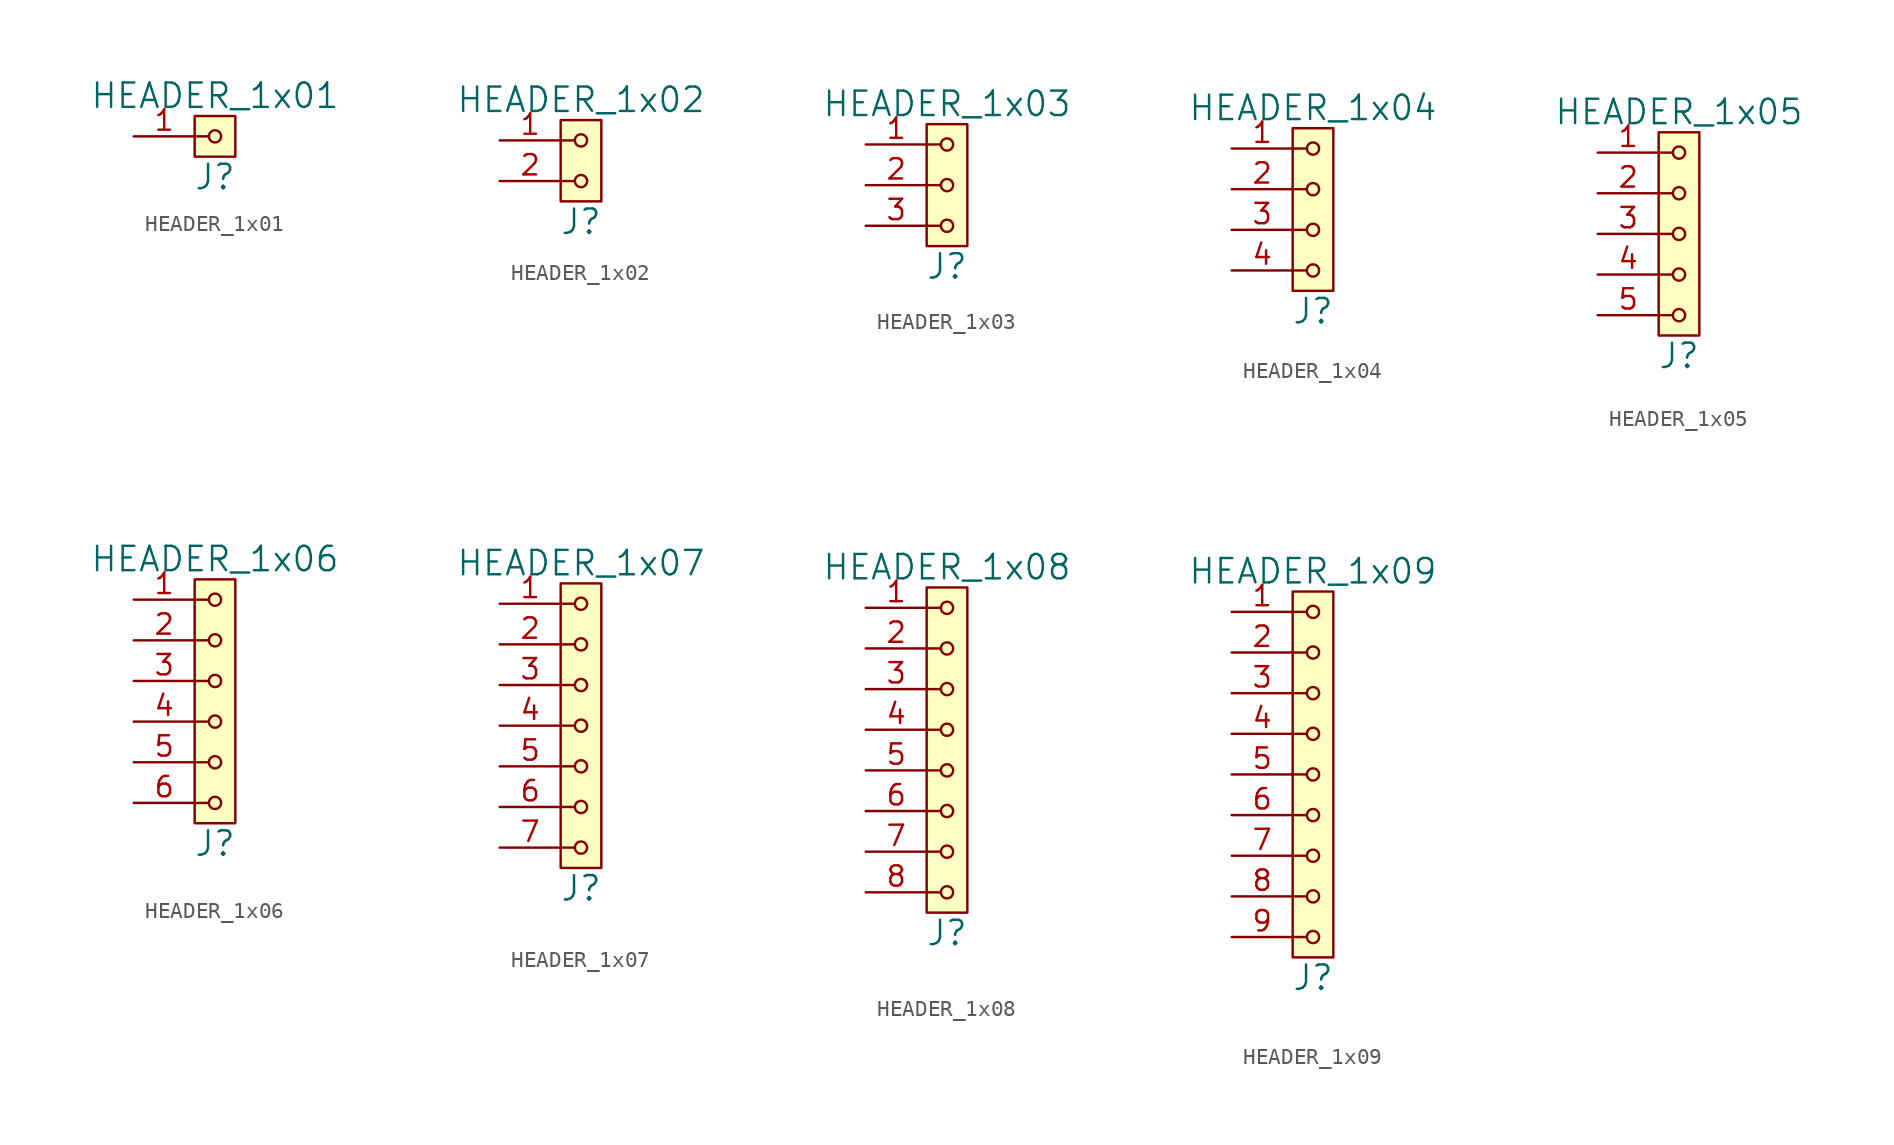
<source format=kicad_sym>
(kicad_symbol_lib
  (version 20211014)
  (generator kicad_symbol_editor)
  (symbol "HEADER_1x01"
    (pin_names
      (offset 1.016))
    (property "Reference" "J"
      (at 0 -2.54 0)
      (effects (font (size 1.524 1.524))))
    (property "Value" "HEADER_1x01"
      (at 0 2.54 0)
      (effects (font (size 1.524 1.524))))
    (property "Footprint" ""
      (at 0 0 0)
      (effects (font (size 1.524 1.524))))
    (property "Datasheet" ""
      (at 0 0 0)
      (effects (font (size 1.524 1.524))))
    (symbol "HEADER_1x01_0_1"
      (rectangle (start -1.27 1.27) (end 1.27 -1.27) (stroke (width 0) (type default) (color 0 0 0 0)) (fill (type background)))
      (polyline (pts (xy -1.27 0) (xy -0.381 0)) (stroke (width 0) (type default) (color 0 0 0 0)) (fill (type none)))
      (circle (center 0 0) (radius 0.381) (stroke (width 0) (type default) (color 0 0 0 0)) (fill (type none))))
    (symbol "HEADER_1x01_1_1"
      (pin input line (at -5.08 0 0) (length 3.81) (name "~" (effects (font (size 1.27 1.27)))) (number "1" (effects (font (size 1.27 1.27)))))))
  (symbol "HEADER_1x02"
    (pin_names
      (offset 1.016))
    (property "Reference" "J"
      (at 0 -3.81 0)
      (effects (font (size 1.524 1.524))))
    (property "Value" "HEADER_1x02"
      (at 0 3.81 0)
      (effects (font (size 1.524 1.524))))
    (property "Footprint" ""
      (at 0 1.27 0)
      (effects (font (size 1.524 1.524))))
    (property "Datasheet" ""
      (at 0 1.27 0)
      (effects (font (size 1.524 1.524))))
    (symbol "HEADER_1x02_0_1"
      (rectangle (start -1.27 2.54) (end 1.27 -2.54) (stroke (width 0) (type default) (color 0 0 0 0)) (fill (type background)))
      (circle (center 0 -1.27) (radius 0.381) (stroke (width 0) (type default) (color 0 0 0 0)) (fill (type none)))
      (polyline (pts (xy -1.27 -1.27) (xy -0.381 -1.27)) (stroke (width 0) (type default) (color 0 0 0 0)) (fill (type none)))
      (polyline (pts (xy -1.27 1.27) (xy -0.381 1.27)) (stroke (width 0) (type default) (color 0 0 0 0)) (fill (type none)))
      (circle (center 0 1.27) (radius 0.381) (stroke (width 0) (type default) (color 0 0 0 0)) (fill (type none))))
    (symbol "HEADER_1x02_1_1"
      (pin input line (at -5.08 1.27 0) (length 3.81) (name "~" (effects (font (size 1.27 1.27)))) (number "1" (effects (font (size 1.27 1.27)))))
      (pin input line (at -5.08 -1.27 0) (length 3.81) (name "~" (effects (font (size 1.27 1.27)))) (number "2" (effects (font (size 1.27 1.27)))))))
  (symbol "HEADER_1x03"
    (pin_names
      (offset 1.016))
    (property "Reference" "J"
      (at 0 -5.08 0)
      (effects (font (size 1.524 1.524))))
    (property "Value" "HEADER_1x03"
      (at 0 5.08 0)
      (effects (font (size 1.524 1.524))))
    (property "Footprint" ""
      (at 0 2.54 0)
      (effects (font (size 1.524 1.524))))
    (property "Datasheet" ""
      (at 0 2.54 0)
      (effects (font (size 1.524 1.524))))
    (symbol "HEADER_1x03_0_1"
      (rectangle (start -1.27 3.81) (end 1.27 -3.81) (stroke (width 0) (type default) (color 0 0 0 0)) (fill (type background)))
      (circle (center 0 -2.54) (radius 0.381) (stroke (width 0) (type default) (color 0 0 0 0)) (fill (type none)))
      (polyline (pts (xy -1.27 -2.54) (xy -0.381 -2.54)) (stroke (width 0) (type default) (color 0 0 0 0)) (fill (type none)))
      (polyline (pts (xy -1.27 0) (xy -0.381 0)) (stroke (width 0) (type default) (color 0 0 0 0)) (fill (type none)))
      (polyline (pts (xy -1.27 2.54) (xy -0.381 2.54)) (stroke (width 0) (type default) (color 0 0 0 0)) (fill (type none)))
      (circle (center 0 0) (radius 0.381) (stroke (width 0) (type default) (color 0 0 0 0)) (fill (type none)))
      (circle (center 0 2.54) (radius 0.381) (stroke (width 0) (type default) (color 0 0 0 0)) (fill (type none))))
    (symbol "HEADER_1x03_1_1"
      (pin input line (at -5.08 2.54 0) (length 3.81) (name "~" (effects (font (size 1.27 1.27)))) (number "1" (effects (font (size 1.27 1.27)))))
      (pin input line (at -5.08 0 0) (length 3.81) (name "~" (effects (font (size 1.27 1.27)))) (number "2" (effects (font (size 1.27 1.27)))))
      (pin input line (at -5.08 -2.54 0) (length 3.81) (name "~" (effects (font (size 1.27 1.27)))) (number "3" (effects (font (size 1.27 1.27)))))))
  (symbol "HEADER_1x04"
    (pin_names
      (offset 1.016))
    (property "Reference" "J"
      (at 0 -6.35 0)
      (effects (font (size 1.524 1.524))))
    (property "Value" "HEADER_1x04"
      (at 0 6.35 0)
      (effects (font (size 1.524 1.524))))
    (property "Footprint" ""
      (at 0 3.81 0)
      (effects (font (size 1.524 1.524))))
    (property "Datasheet" ""
      (at 0 3.81 0)
      (effects (font (size 1.524 1.524))))
    (symbol "HEADER_1x04_0_1"
      (rectangle (start -1.27 5.08) (end 1.27 -5.08) (stroke (width 0) (type default) (color 0 0 0 0)) (fill (type background)))
      (circle (center 0 -3.81) (radius 0.381) (stroke (width 0) (type default) (color 0 0 0 0)) (fill (type none)))
      (circle (center 0 -1.27) (radius 0.381) (stroke (width 0) (type default) (color 0 0 0 0)) (fill (type none)))
      (polyline (pts (xy -1.27 -3.81) (xy -0.381 -3.81)) (stroke (width 0) (type default) (color 0 0 0 0)) (fill (type none)))
      (polyline (pts (xy -1.27 -1.27) (xy -0.381 -1.27)) (stroke (width 0) (type default) (color 0 0 0 0)) (fill (type none)))
      (polyline (pts (xy -1.27 1.27) (xy -0.381 1.27)) (stroke (width 0) (type default) (color 0 0 0 0)) (fill (type none)))
      (polyline (pts (xy -1.27 3.81) (xy -0.381 3.81)) (stroke (width 0) (type default) (color 0 0 0 0)) (fill (type none)))
      (circle (center 0 1.27) (radius 0.381) (stroke (width 0) (type default) (color 0 0 0 0)) (fill (type none)))
      (circle (center 0 3.81) (radius 0.381) (stroke (width 0) (type default) (color 0 0 0 0)) (fill (type none))))
    (symbol "HEADER_1x04_1_1"
      (pin input line (at -5.08 3.81 0) (length 3.81) (name "~" (effects (font (size 1.27 1.27)))) (number "1" (effects (font (size 1.27 1.27)))))
      (pin input line (at -5.08 1.27 0) (length 3.81) (name "~" (effects (font (size 1.27 1.27)))) (number "2" (effects (font (size 1.27 1.27)))))
      (pin input line (at -5.08 -1.27 0) (length 3.81) (name "~" (effects (font (size 1.27 1.27)))) (number "3" (effects (font (size 1.27 1.27)))))
      (pin input line (at -5.08 -3.81 0) (length 3.81) (name "~" (effects (font (size 1.27 1.27)))) (number "4" (effects (font (size 1.27 1.27)))))))
  (symbol "HEADER_1x05"
    (pin_names
      (offset 1.016))
    (property "Reference" "J"
      (at 0 -7.62 0)
      (effects (font (size 1.524 1.524))))
    (property "Value" "HEADER_1x05"
      (at 0 7.62 0)
      (effects (font (size 1.524 1.524))))
    (property "Footprint" ""
      (at 0 5.08 0)
      (effects (font (size 1.524 1.524))))
    (property "Datasheet" ""
      (at 0 5.08 0)
      (effects (font (size 1.524 1.524))))
    (symbol "HEADER_1x05_0_1"
      (rectangle (start -1.27 6.35) (end 1.27 -6.35) (stroke (width 0) (type default) (color 0 0 0 0)) (fill (type background)))
      (circle (center 0 -5.08) (radius 0.381) (stroke (width 0) (type default) (color 0 0 0 0)) (fill (type none)))
      (circle (center 0 -2.54) (radius 0.381) (stroke (width 0) (type default) (color 0 0 0 0)) (fill (type none)))
      (polyline (pts (xy -1.27 -5.08) (xy -0.381 -5.08)) (stroke (width 0) (type default) (color 0 0 0 0)) (fill (type none)))
      (polyline (pts (xy -1.27 -2.54) (xy -0.381 -2.54)) (stroke (width 0) (type default) (color 0 0 0 0)) (fill (type none)))
      (polyline (pts (xy -1.27 0) (xy -0.381 0)) (stroke (width 0) (type default) (color 0 0 0 0)) (fill (type none)))
      (polyline (pts (xy -1.27 2.54) (xy -0.381 2.54)) (stroke (width 0) (type default) (color 0 0 0 0)) (fill (type none)))
      (polyline (pts (xy -1.27 5.08) (xy -0.381 5.08)) (stroke (width 0) (type default) (color 0 0 0 0)) (fill (type none)))
      (circle (center 0 0) (radius 0.381) (stroke (width 0) (type default) (color 0 0 0 0)) (fill (type none)))
      (circle (center 0 2.54) (radius 0.381) (stroke (width 0) (type default) (color 0 0 0 0)) (fill (type none)))
      (circle (center 0 5.08) (radius 0.381) (stroke (width 0) (type default) (color 0 0 0 0)) (fill (type none))))
    (symbol "HEADER_1x05_1_1"
      (pin input line (at -5.08 5.08 0) (length 3.81) (name "~" (effects (font (size 1.27 1.27)))) (number "1" (effects (font (size 1.27 1.27)))))
      (pin input line (at -5.08 2.54 0) (length 3.81) (name "~" (effects (font (size 1.27 1.27)))) (number "2" (effects (font (size 1.27 1.27)))))
      (pin input line (at -5.08 0 0) (length 3.81) (name "~" (effects (font (size 1.27 1.27)))) (number "3" (effects (font (size 1.27 1.27)))))
      (pin input line (at -5.08 -2.54 0) (length 3.81) (name "~" (effects (font (size 1.27 1.27)))) (number "4" (effects (font (size 1.27 1.27)))))
      (pin input line (at -5.08 -5.08 0) (length 3.81) (name "~" (effects (font (size 1.27 1.27)))) (number "5" (effects (font (size 1.27 1.27)))))))
  (symbol "HEADER_1x06"
    (pin_names
      (offset 1.016))
    (property "Reference" "J"
      (at 0 -8.89 0)
      (effects (font (size 1.524 1.524))))
    (property "Value" "HEADER_1x06"
      (at 0 8.89 0)
      (effects (font (size 1.524 1.524))))
    (property "Footprint" ""
      (at 0 6.35 0)
      (effects (font (size 1.524 1.524))))
    (property "Datasheet" ""
      (at 0 6.35 0)
      (effects (font (size 1.524 1.524))))
    (symbol "HEADER_1x06_0_1"
      (rectangle (start -1.27 7.62) (end 1.27 -7.62) (stroke (width 0) (type default) (color 0 0 0 0)) (fill (type background)))
      (circle (center 0 -6.35) (radius 0.381) (stroke (width 0) (type default) (color 0 0 0 0)) (fill (type none)))
      (circle (center 0 -3.81) (radius 0.381) (stroke (width 0) (type default) (color 0 0 0 0)) (fill (type none)))
      (circle (center 0 -1.27) (radius 0.381) (stroke (width 0) (type default) (color 0 0 0 0)) (fill (type none)))
      (polyline (pts (xy -1.27 -6.35) (xy -0.381 -6.35)) (stroke (width 0) (type default) (color 0 0 0 0)) (fill (type none)))
      (polyline (pts (xy -1.27 -3.81) (xy -0.381 -3.81)) (stroke (width 0) (type default) (color 0 0 0 0)) (fill (type none)))
      (polyline (pts (xy -1.27 -1.27) (xy -0.381 -1.27)) (stroke (width 0) (type default) (color 0 0 0 0)) (fill (type none)))
      (polyline (pts (xy -1.27 1.27) (xy -0.381 1.27)) (stroke (width 0) (type default) (color 0 0 0 0)) (fill (type none)))
      (polyline (pts (xy -1.27 3.81) (xy -0.381 3.81)) (stroke (width 0) (type default) (color 0 0 0 0)) (fill (type none)))
      (polyline (pts (xy -1.27 6.35) (xy -0.381 6.35)) (stroke (width 0) (type default) (color 0 0 0 0)) (fill (type none)))
      (circle (center 0 1.27) (radius 0.381) (stroke (width 0) (type default) (color 0 0 0 0)) (fill (type none)))
      (circle (center 0 3.81) (radius 0.381) (stroke (width 0) (type default) (color 0 0 0 0)) (fill (type none)))
      (circle (center 0 6.35) (radius 0.381) (stroke (width 0) (type default) (color 0 0 0 0)) (fill (type none))))
    (symbol "HEADER_1x06_1_1"
      (pin input line (at -5.08 6.35 0) (length 3.81) (name "~" (effects (font (size 1.27 1.27)))) (number "1" (effects (font (size 1.27 1.27)))))
      (pin input line (at -5.08 3.81 0) (length 3.81) (name "~" (effects (font (size 1.27 1.27)))) (number "2" (effects (font (size 1.27 1.27)))))
      (pin input line (at -5.08 1.27 0) (length 3.81) (name "~" (effects (font (size 1.27 1.27)))) (number "3" (effects (font (size 1.27 1.27)))))
      (pin input line (at -5.08 -1.27 0) (length 3.81) (name "~" (effects (font (size 1.27 1.27)))) (number "4" (effects (font (size 1.27 1.27)))))
      (pin input line (at -5.08 -3.81 0) (length 3.81) (name "~" (effects (font (size 1.27 1.27)))) (number "5" (effects (font (size 1.27 1.27)))))
      (pin input line (at -5.08 -6.35 0) (length 3.81) (name "~" (effects (font (size 1.27 1.27)))) (number "6" (effects (font (size 1.27 1.27)))))))
  (symbol "HEADER_1x07"
    (pin_names
      (offset 1.016))
    (property "Reference" "J"
      (at 0 -10.16 0)
      (effects (font (size 1.524 1.524))))
    (property "Value" "HEADER_1x07"
      (at 0 10.16 0)
      (effects (font (size 1.524 1.524))))
    (property "Footprint" ""
      (at 0 7.62 0)
      (effects (font (size 1.524 1.524))))
    (property "Datasheet" ""
      (at 0 7.62 0)
      (effects (font (size 1.524 1.524))))
    (symbol "HEADER_1x07_0_1"
      (rectangle (start -1.27 8.89) (end 1.27 -8.89) (stroke (width 0) (type default) (color 0 0 0 0)) (fill (type background)))
      (circle (center 0 -7.62) (radius 0.381) (stroke (width 0) (type default) (color 0 0 0 0)) (fill (type none)))
      (circle (center 0 -5.08) (radius 0.381) (stroke (width 0) (type default) (color 0 0 0 0)) (fill (type none)))
      (circle (center 0 -2.54) (radius 0.381) (stroke (width 0) (type default) (color 0 0 0 0)) (fill (type none)))
      (polyline (pts (xy -1.27 -7.62) (xy -0.381 -7.62)) (stroke (width 0) (type default) (color 0 0 0 0)) (fill (type none)))
      (polyline (pts (xy -1.27 -5.08) (xy -0.381 -5.08)) (stroke (width 0) (type default) (color 0 0 0 0)) (fill (type none)))
      (polyline (pts (xy -1.27 -2.54) (xy -0.381 -2.54)) (stroke (width 0) (type default) (color 0 0 0 0)) (fill (type none)))
      (polyline (pts (xy -1.27 0) (xy -0.381 0)) (stroke (width 0) (type default) (color 0 0 0 0)) (fill (type none)))
      (polyline (pts (xy -1.27 2.54) (xy -0.381 2.54)) (stroke (width 0) (type default) (color 0 0 0 0)) (fill (type none)))
      (polyline (pts (xy -1.27 5.08) (xy -0.381 5.08)) (stroke (width 0) (type default) (color 0 0 0 0)) (fill (type none)))
      (polyline (pts (xy -1.27 7.62) (xy -0.381 7.62)) (stroke (width 0) (type default) (color 0 0 0 0)) (fill (type none)))
      (circle (center 0 0) (radius 0.381) (stroke (width 0) (type default) (color 0 0 0 0)) (fill (type none)))
      (circle (center 0 2.54) (radius 0.381) (stroke (width 0) (type default) (color 0 0 0 0)) (fill (type none)))
      (circle (center 0 5.08) (radius 0.381) (stroke (width 0) (type default) (color 0 0 0 0)) (fill (type none)))
      (circle (center 0 7.62) (radius 0.381) (stroke (width 0) (type default) (color 0 0 0 0)) (fill (type none))))
    (symbol "HEADER_1x07_1_1"
      (pin input line (at -5.08 7.62 0) (length 3.81) (name "~" (effects (font (size 1.27 1.27)))) (number "1" (effects (font (size 1.27 1.27)))))
      (pin input line (at -5.08 5.08 0) (length 3.81) (name "~" (effects (font (size 1.27 1.27)))) (number "2" (effects (font (size 1.27 1.27)))))
      (pin input line (at -5.08 2.54 0) (length 3.81) (name "~" (effects (font (size 1.27 1.27)))) (number "3" (effects (font (size 1.27 1.27)))))
      (pin input line (at -5.08 0 0) (length 3.81) (name "~" (effects (font (size 1.27 1.27)))) (number "4" (effects (font (size 1.27 1.27)))))
      (pin input line (at -5.08 -2.54 0) (length 3.81) (name "~" (effects (font (size 1.27 1.27)))) (number "5" (effects (font (size 1.27 1.27)))))
      (pin input line (at -5.08 -5.08 0) (length 3.81) (name "~" (effects (font (size 1.27 1.27)))) (number "6" (effects (font (size 1.27 1.27)))))
      (pin input line (at -5.08 -7.62 0) (length 3.81) (name "~" (effects (font (size 1.27 1.27)))) (number "7" (effects (font (size 1.27 1.27)))))))
  (symbol "HEADER_1x08"
    (pin_names
      (offset 1.016))
    (property "Reference" "J"
      (at 0 -11.43 0)
      (effects (font (size 1.524 1.524))))
    (property "Value" "HEADER_1x08"
      (at 0 11.43 0)
      (effects (font (size 1.524 1.524))))
    (property "Footprint" ""
      (at 0 8.89 0)
      (effects (font (size 1.524 1.524))))
    (property "Datasheet" ""
      (at 0 8.89 0)
      (effects (font (size 1.524 1.524))))
    (symbol "HEADER_1x08_0_1"
      (rectangle (start -1.27 10.16) (end 1.27 -10.16) (stroke (width 0) (type default) (color 0 0 0 0)) (fill (type background)))
      (circle (center 0 -8.89) (radius 0.381) (stroke (width 0) (type default) (color 0 0 0 0)) (fill (type none)))
      (circle (center 0 -6.35) (radius 0.381) (stroke (width 0) (type default) (color 0 0 0 0)) (fill (type none)))
      (circle (center 0 -3.81) (radius 0.381) (stroke (width 0) (type default) (color 0 0 0 0)) (fill (type none)))
      (circle (center 0 -1.27) (radius 0.381) (stroke (width 0) (type default) (color 0 0 0 0)) (fill (type none)))
      (polyline (pts (xy -1.27 -8.89) (xy -0.381 -8.89)) (stroke (width 0) (type default) (color 0 0 0 0)) (fill (type none)))
      (polyline (pts (xy -1.27 -6.35) (xy -0.381 -6.35)) (stroke (width 0) (type default) (color 0 0 0 0)) (fill (type none)))
      (polyline (pts (xy -1.27 -3.81) (xy -0.381 -3.81)) (stroke (width 0) (type default) (color 0 0 0 0)) (fill (type none)))
      (polyline (pts (xy -1.27 -1.27) (xy -0.381 -1.27)) (stroke (width 0) (type default) (color 0 0 0 0)) (fill (type none)))
      (polyline (pts (xy -1.27 1.27) (xy -0.381 1.27)) (stroke (width 0) (type default) (color 0 0 0 0)) (fill (type none)))
      (polyline (pts (xy -1.27 3.81) (xy -0.381 3.81)) (stroke (width 0) (type default) (color 0 0 0 0)) (fill (type none)))
      (polyline (pts (xy -1.27 6.35) (xy -0.381 6.35)) (stroke (width 0) (type default) (color 0 0 0 0)) (fill (type none)))
      (polyline (pts (xy -1.27 8.89) (xy -0.381 8.89)) (stroke (width 0) (type default) (color 0 0 0 0)) (fill (type none)))
      (circle (center 0 1.27) (radius 0.381) (stroke (width 0) (type default) (color 0 0 0 0)) (fill (type none)))
      (circle (center 0 3.81) (radius 0.381) (stroke (width 0) (type default) (color 0 0 0 0)) (fill (type none)))
      (circle (center 0 6.35) (radius 0.381) (stroke (width 0) (type default) (color 0 0 0 0)) (fill (type none)))
      (circle (center 0 8.89) (radius 0.381) (stroke (width 0) (type default) (color 0 0 0 0)) (fill (type none))))
    (symbol "HEADER_1x08_1_1"
      (pin input line (at -5.08 8.89 0) (length 3.81) (name "~" (effects (font (size 1.27 1.27)))) (number "1" (effects (font (size 1.27 1.27)))))
      (pin input line (at -5.08 6.35 0) (length 3.81) (name "~" (effects (font (size 1.27 1.27)))) (number "2" (effects (font (size 1.27 1.27)))))
      (pin input line (at -5.08 3.81 0) (length 3.81) (name "~" (effects (font (size 1.27 1.27)))) (number "3" (effects (font (size 1.27 1.27)))))
      (pin input line (at -5.08 1.27 0) (length 3.81) (name "~" (effects (font (size 1.27 1.27)))) (number "4" (effects (font (size 1.27 1.27)))))
      (pin input line (at -5.08 -1.27 0) (length 3.81) (name "~" (effects (font (size 1.27 1.27)))) (number "5" (effects (font (size 1.27 1.27)))))
      (pin input line (at -5.08 -3.81 0) (length 3.81) (name "~" (effects (font (size 1.27 1.27)))) (number "6" (effects (font (size 1.27 1.27)))))
      (pin input line (at -5.08 -6.35 0) (length 3.81) (name "~" (effects (font (size 1.27 1.27)))) (number "7" (effects (font (size 1.27 1.27)))))
      (pin input line (at -5.08 -8.89 0) (length 3.81) (name "~" (effects (font (size 1.27 1.27)))) (number "8" (effects (font (size 1.27 1.27)))))))
  (symbol "HEADER_1x09"
    (pin_names
      (offset 1.016))
    (property "Reference" "J"
      (at 0 -12.7 0)
      (effects (font (size 1.524 1.524))))
    (property "Value" "HEADER_1x09"
      (at 0 12.7 0)
      (effects (font (size 1.524 1.524))))
    (property "Footprint" ""
      (at 0 10.16 0)
      (effects (font (size 1.524 1.524))))
    (property "Datasheet" ""
      (at 0 10.16 0)
      (effects (font (size 1.524 1.524))))
    (symbol "HEADER_1x09_0_1"
      (rectangle (start -1.27 11.43) (end 1.27 -11.43) (stroke (width 0) (type default) (color 0 0 0 0)) (fill (type background)))
      (circle (center 0 -10.16) (radius 0.381) (stroke (width 0) (type default) (color 0 0 0 0)) (fill (type none)))
      (circle (center 0 -7.62) (radius 0.381) (stroke (width 0) (type default) (color 0 0 0 0)) (fill (type none)))
      (circle (center 0 -5.08) (radius 0.381) (stroke (width 0) (type default) (color 0 0 0 0)) (fill (type none)))
      (circle (center 0 -2.54) (radius 0.381) (stroke (width 0) (type default) (color 0 0 0 0)) (fill (type none)))
      (polyline (pts (xy -1.27 -10.16) (xy -0.381 -10.16)) (stroke (width 0) (type default) (color 0 0 0 0)) (fill (type none)))
      (polyline (pts (xy -1.27 -7.62) (xy -0.381 -7.62)) (stroke (width 0) (type default) (color 0 0 0 0)) (fill (type none)))
      (polyline (pts (xy -1.27 -5.08) (xy -0.381 -5.08)) (stroke (width 0) (type default) (color 0 0 0 0)) (fill (type none)))
      (polyline (pts (xy -1.27 -2.54) (xy -0.381 -2.54)) (stroke (width 0) (type default) (color 0 0 0 0)) (fill (type none)))
      (polyline (pts (xy -1.27 0) (xy -0.381 0)) (stroke (width 0) (type default) (color 0 0 0 0)) (fill (type none)))
      (polyline (pts (xy -1.27 2.54) (xy -0.381 2.54)) (stroke (width 0) (type default) (color 0 0 0 0)) (fill (type none)))
      (polyline (pts (xy -1.27 5.08) (xy -0.381 5.08)) (stroke (width 0) (type default) (color 0 0 0 0)) (fill (type none)))
      (polyline (pts (xy -1.27 7.62) (xy -0.381 7.62)) (stroke (width 0) (type default) (color 0 0 0 0)) (fill (type none)))
      (polyline (pts (xy -1.27 10.16) (xy -0.381 10.16)) (stroke (width 0) (type default) (color 0 0 0 0)) (fill (type none)))
      (circle (center 0 0) (radius 0.381) (stroke (width 0) (type default) (color 0 0 0 0)) (fill (type none)))
      (circle (center 0 2.54) (radius 0.381) (stroke (width 0) (type default) (color 0 0 0 0)) (fill (type none)))
      (circle (center 0 5.08) (radius 0.381) (stroke (width 0) (type default) (color 0 0 0 0)) (fill (type none)))
      (circle (center 0 7.62) (radius 0.381) (stroke (width 0) (type default) (color 0 0 0 0)) (fill (type none)))
      (circle (center 0 10.16) (radius 0.381) (stroke (width 0) (type default) (color 0 0 0 0)) (fill (type none))))
    (symbol "HEADER_1x09_1_1"
      (pin input line (at -5.08 10.16 0) (length 3.81) (name "~" (effects (font (size 1.27 1.27)))) (number "1" (effects (font (size 1.27 1.27)))))
      (pin input line (at -5.08 7.62 0) (length 3.81) (name "~" (effects (font (size 1.27 1.27)))) (number "2" (effects (font (size 1.27 1.27)))))
      (pin input line (at -5.08 5.08 0) (length 3.81) (name "~" (effects (font (size 1.27 1.27)))) (number "3" (effects (font (size 1.27 1.27)))))
      (pin input line (at -5.08 2.54 0) (length 3.81) (name "~" (effects (font (size 1.27 1.27)))) (number "4" (effects (font (size 1.27 1.27)))))
      (pin input line (at -5.08 0 0) (length 3.81) (name "~" (effects (font (size 1.27 1.27)))) (number "5" (effects (font (size 1.27 1.27)))))
      (pin input line (at -5.08 -2.54 0) (length 3.81) (name "~" (effects (font (size 1.27 1.27)))) (number "6" (effects (font (size 1.27 1.27)))))
      (pin input line (at -5.08 -5.08 0) (length 3.81) (name "~" (effects (font (size 1.27 1.27)))) (number "7" (effects (font (size 1.27 1.27)))))
      (pin input line (at -5.08 -7.62 0) (length 3.81) (name "~" (effects (font (size 1.27 1.27)))) (number "8" (effects (font (size 1.27 1.27)))))
      (pin input line (at -5.08 -10.16 0) (length 3.81) (name "~" (effects (font (size 1.27 1.27)))) (number "9" (effects (font (size 1.27 1.27))))))))
</source>
